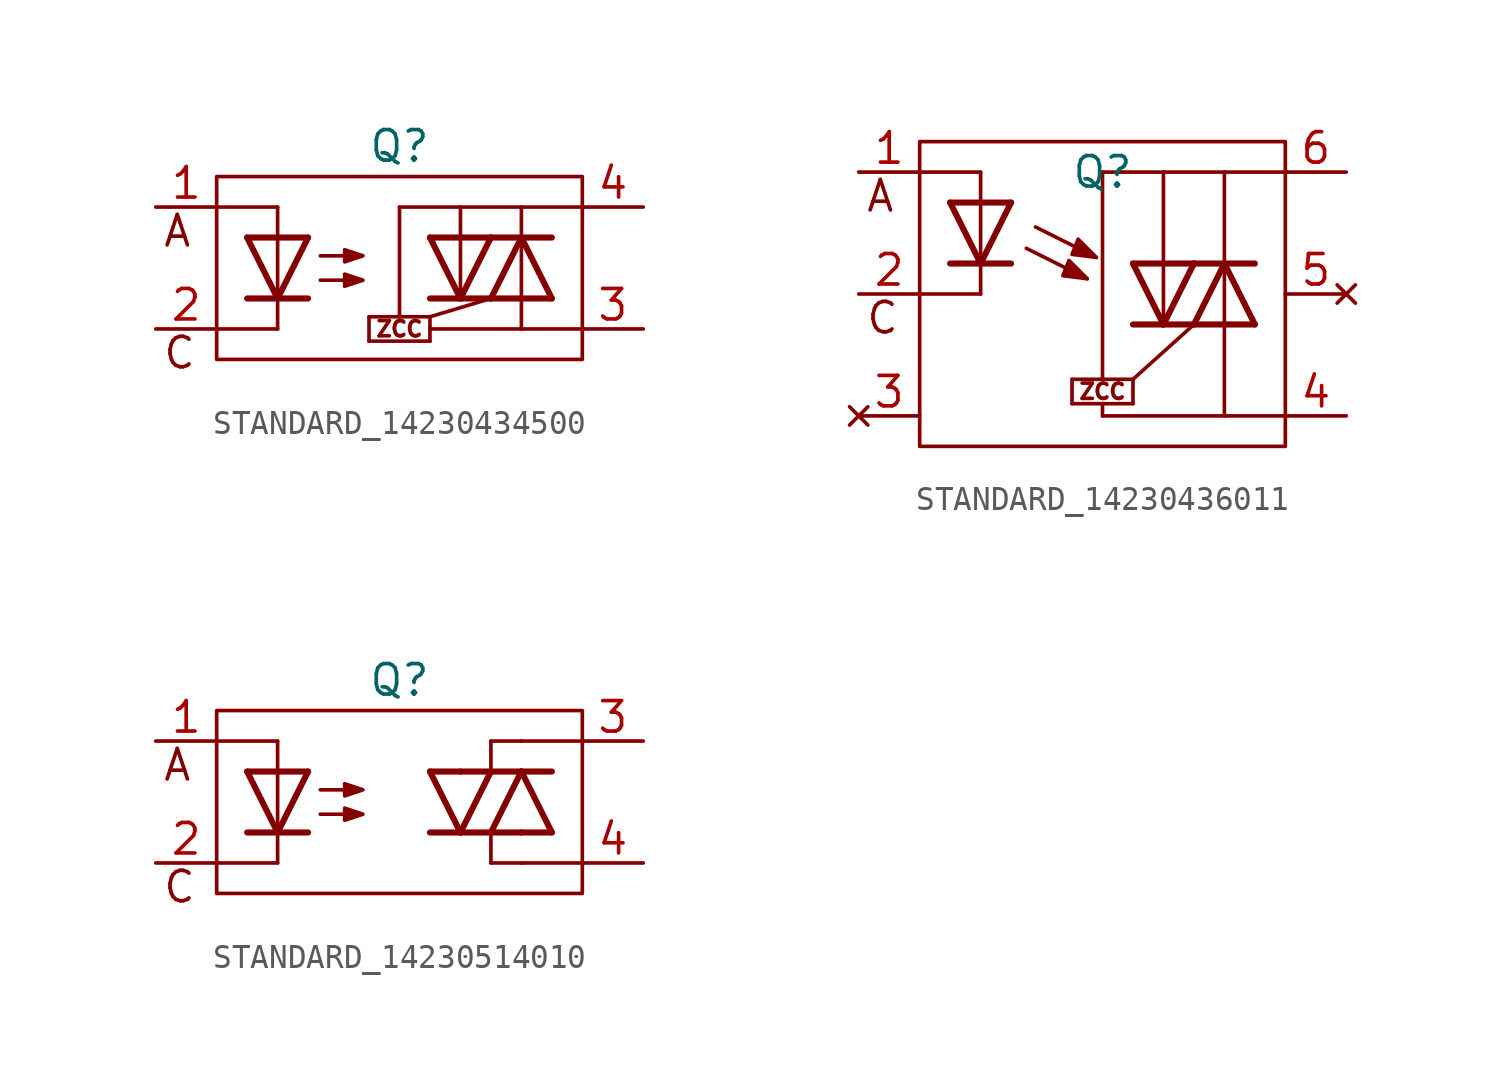
<source format=kicad_sym>
(kicad_symbol_lib
  (version 20220914)
  (generator kicad_symbol_editor)
  (symbol "STANDARD_14230434500"
    (pin_names hide)
    (property "Reference" "Q"
      (at 0 5.08 0)
      (effects (font (size 1.27 1.27))))
    (symbol "STANDARD_14230434500_0_0"
      (polyline (pts (xy -5.08 -2.54) (xy -7.62 -2.54)) (stroke (width 0.152) (type default)) (fill (type none)))
      (polyline (pts (xy -5.08 -1.27) (xy -6.35 -1.27)) (stroke (width 0.254) (type default)) (fill (type none)))
      (polyline (pts (xy -5.08 -1.27) (xy -6.35 1.27)) (stroke (width 0.254) (type default)) (fill (type none)))
      (polyline (pts (xy -5.08 -1.27) (xy -5.08 -2.54)) (stroke (width 0.152) (type default)) (fill (type none)))
      (polyline (pts (xy -5.08 1.27) (xy -6.35 1.27)) (stroke (width 0.254) (type default)) (fill (type none)))
      (polyline (pts (xy -5.08 1.27) (xy -5.08 -1.27)) (stroke (width 0.152) (type default)) (fill (type none)))
      (polyline (pts (xy -5.08 1.27) (xy -5.08 2.54)) (stroke (width 0.152) (type default)) (fill (type none)))
      (polyline (pts (xy -3.81 -1.27) (xy -5.08 -1.27)) (stroke (width 0.254) (type default)) (fill (type none)))
      (polyline (pts (xy -3.81 1.27) (xy -5.08 -1.27)) (stroke (width 0.254) (type default)) (fill (type none)))
      (polyline (pts (xy -3.81 1.27) (xy -5.08 1.27)) (stroke (width 0.254) (type default)) (fill (type none)))
      (polyline (pts (xy -3.302 -0.508) (xy -2.032 -0.508)) (stroke (width 0.152) (type default)) (fill (type none)))
      (polyline (pts (xy -3.302 0.508) (xy -2.032 0.508)) (stroke (width 0.152) (type default)) (fill (type none)))
      (polyline (pts (xy -1.27 -3.048) (xy -1.27 -2.032)) (stroke (width 0.152) (type default)) (fill (type none)))
      (polyline (pts (xy -1.27 -2.032) (xy 0 -2.032)) (stroke (width 0.152) (type default)) (fill (type none)))
      (polyline (pts (xy 0 -2.032) (xy 1.27 -2.032)) (stroke (width 0.152) (type default)) (fill (type none)))
      (polyline (pts (xy 0 2.54) (xy 0 -2.032)) (stroke (width 0.152) (type default)) (fill (type none)))
      (polyline (pts (xy 1.27 -3.048) (xy -1.27 -3.048)) (stroke (width 0.152) (type default)) (fill (type none)))
      (polyline (pts (xy 1.27 -2.54) (xy 1.27 -3.048)) (stroke (width 0.152) (type default)) (fill (type none)))
      (polyline (pts (xy 1.27 -2.54) (xy 5.08 -2.54)) (stroke (width 0.152) (type default)) (fill (type none)))
      (polyline (pts (xy 1.27 -2.032) (xy 1.27 -2.54)) (stroke (width 0.152) (type default)) (fill (type none)))
      (polyline (pts (xy 2.54 -1.27) (xy 1.27 -1.27)) (stroke (width 0.254) (type default)) (fill (type none)))
      (polyline (pts (xy 2.54 -1.27) (xy 1.27 1.27)) (stroke (width 0.254) (type default)) (fill (type none)))
      (polyline (pts (xy 2.54 1.27) (xy 1.27 1.27)) (stroke (width 0.254) (type default)) (fill (type none)))
      (polyline (pts (xy 2.54 1.27) (xy 2.54 -1.27)) (stroke (width 0.152) (type default)) (fill (type none)))
      (polyline (pts (xy 2.54 1.27) (xy 2.54 2.54)) (stroke (width 0.152) (type default)) (fill (type none)))
      (polyline (pts (xy 2.54 2.54) (xy 0 2.54)) (stroke (width 0.152) (type default)) (fill (type none)))
      (polyline (pts (xy 3.81 -1.27) (xy 1.27 -2.032)) (stroke (width 0.152) (type default)) (fill (type none)))
      (polyline (pts (xy 3.81 -1.27) (xy 2.54 -1.27)) (stroke (width 0.254) (type default)) (fill (type none)))
      (polyline (pts (xy 3.81 -1.27) (xy 5.08 -1.27)) (stroke (width 0.254) (type default)) (fill (type none)))
      (polyline (pts (xy 3.81 -1.27) (xy 5.08 1.27)) (stroke (width 0.254) (type default)) (fill (type none)))
      (polyline (pts (xy 3.81 1.27) (xy 2.54 -1.27)) (stroke (width 0.254) (type default)) (fill (type none)))
      (polyline (pts (xy 3.81 1.27) (xy 2.54 1.27)) (stroke (width 0.254) (type default)) (fill (type none)))
      (polyline (pts (xy 3.81 1.27) (xy 5.08 1.27)) (stroke (width 0.254) (type default)) (fill (type none)))
      (polyline (pts (xy 5.08 -1.27) (xy 5.08 -2.54)) (stroke (width 0.152) (type default)) (fill (type none)))
      (polyline (pts (xy 5.08 -1.27) (xy 5.08 1.27)) (stroke (width 0.152) (type default)) (fill (type none)))
      (polyline (pts (xy 5.08 -1.27) (xy 6.35 -1.27)) (stroke (width 0.254) (type default)) (fill (type none)))
      (polyline (pts (xy 5.08 1.27) (xy 5.08 2.54)) (stroke (width 0.152) (type default)) (fill (type none)))
      (polyline (pts (xy 5.08 1.27) (xy 6.35 -1.27)) (stroke (width 0.254) (type default)) (fill (type none)))
      (polyline (pts (xy 5.08 1.27) (xy 6.35 1.27)) (stroke (width 0.254) (type default)) (fill (type none)))
      (polyline (pts (xy 5.08 2.54) (xy 2.54 2.54)) (stroke (width 0.152) (type default)) (fill (type none)))
      (polyline (pts (xy 7.62 -2.54) (xy 5.08 -2.54)) (stroke (width 0.152) (type default)) (fill (type none)))
      (polyline (pts (xy 7.62 2.54) (xy 5.08 2.54)) (stroke (width 0.152) (type default)) (fill (type none)))
      (polyline (pts (xy -2.286 -0.254) (xy -1.524 -0.508) (xy -2.286 -0.762) (xy -2.286 -0.254)) (stroke (width 0.152) (type default)) (fill (type outline)))
      (polyline (pts (xy -2.286 0.762) (xy -1.524 0.508) (xy -2.286 0.254) (xy -2.286 0.762)) (stroke (width 0.152) (type default)) (fill (type outline)))
      (text "A" (at -9.906 2.286 0) (effects (font (size 1.27 1.27)) (justify left top)))
      (text "C" (at -9.906 -2.794 0) (effects (font (size 1.27 1.27)) (justify left top))))
    (symbol "STANDARD_14230434500_0_1"
      (rectangle (start -7.62 3.81) (end 7.62 -3.81) (stroke (width 0) (type default)) (fill (type none))))
    (symbol "STANDARD_14230434500_1_0"
      (polyline (pts (xy -5.08 2.54) (xy -7.62 2.54)) (stroke (width 0.152) (type default)) (fill (type none)))
      (text "ZCC" (at 0 -2.54 0) (effects (font (size 0.635 0.635))))
      (pin passive line (at -10.16 2.54 0) (length 2.54) (name "Anode" (effects (font (size 1.27 1.27)))) (number "1" (effects (font (size 1.27 1.27)))))
      (pin passive line (at -10.16 -2.54 0) (length 2.54) (name "Cathode" (effects (font (size 1.27 1.27)))) (number "2" (effects (font (size 1.27 1.27)))))
      (pin passive line (at 10.16 -2.54 180) (length 2.54) (name "Teminal" (effects (font (size 1.27 1.27)))) (number "3" (effects (font (size 1.27 1.27)))))
      (pin passive line (at 10.16 2.54 180) (length 2.54) (name "Teminal" (effects (font (size 1.27 1.27)))) (number "4" (effects (font (size 1.27 1.27)))))))
  (symbol "STANDARD_14230436011"
    (pin_names hide)
    (property "Reference" "Q"
      (at 0 5.08 0)
      (effects (font (size 1.27 1.27))))
    (symbol "STANDARD_14230436011_0_0"
      (rectangle (start -7.62 6.35) (end 7.62 -6.35) (stroke (width 0) (type default)) (fill (type none)))
      (polyline (pts (xy -5.08 0) (xy -7.62 0)) (stroke (width 0.152) (type default)) (fill (type none)))
      (polyline (pts (xy -5.08 1.27) (xy -6.35 1.27)) (stroke (width 0.254) (type default)) (fill (type none)))
      (polyline (pts (xy -5.08 1.27) (xy -6.35 3.81)) (stroke (width 0.254) (type default)) (fill (type none)))
      (polyline (pts (xy -5.08 1.27) (xy -5.08 0)) (stroke (width 0.152) (type default)) (fill (type none)))
      (polyline (pts (xy -5.08 3.81) (xy -6.35 3.81)) (stroke (width 0.254) (type default)) (fill (type none)))
      (polyline (pts (xy -5.08 3.81) (xy -5.08 1.27)) (stroke (width 0.152) (type default)) (fill (type none)))
      (polyline (pts (xy -5.08 3.81) (xy -5.08 5.08)) (stroke (width 0.152) (type default)) (fill (type none)))
      (polyline (pts (xy -5.08 5.08) (xy -7.62 5.08)) (stroke (width 0.152) (type default)) (fill (type none)))
      (polyline (pts (xy -3.81 1.27) (xy -5.08 1.27)) (stroke (width 0.254) (type default)) (fill (type none)))
      (polyline (pts (xy -3.81 3.81) (xy -5.08 1.27)) (stroke (width 0.254) (type default)) (fill (type none)))
      (polyline (pts (xy -3.81 3.81) (xy -5.08 3.81)) (stroke (width 0.254) (type default)) (fill (type none)))
      (polyline (pts (xy -3.175 1.905) (xy -0.635 0.635)) (stroke (width 0.152) (type default)) (fill (type none)))
      (polyline (pts (xy -2.794 2.794) (xy -0.254 1.524)) (stroke (width 0.152) (type default)) (fill (type none)))
      (polyline (pts (xy -1.27 -4.572) (xy -1.27 -3.556)) (stroke (width 0.152) (type default)) (fill (type none)))
      (polyline (pts (xy -1.27 -3.556) (xy 0 -3.556)) (stroke (width 0.152) (type default)) (fill (type none)))
      (polyline (pts (xy 0 -5.08) (xy 5.08 -5.08)) (stroke (width 0.152) (type default)) (fill (type none)))
      (polyline (pts (xy 0 -4.572) (xy -1.27 -4.572)) (stroke (width 0.152) (type default)) (fill (type none)))
      (polyline (pts (xy 0 -4.572) (xy 0 -5.08)) (stroke (width 0.152) (type default)) (fill (type none)))
      (polyline (pts (xy 0 -3.556) (xy 1.27 -3.556)) (stroke (width 0.152) (type default)) (fill (type none)))
      (polyline (pts (xy 0 5.08) (xy 0 -3.556)) (stroke (width 0.152) (type default)) (fill (type none)))
      (polyline (pts (xy 1.27 -4.572) (xy 0 -4.572)) (stroke (width 0.152) (type default)) (fill (type none)))
      (polyline (pts (xy 1.27 -3.556) (xy 1.27 -4.572)) (stroke (width 0.152) (type default)) (fill (type none)))
      (polyline (pts (xy 1.27 -3.556) (xy 3.81 -1.27)) (stroke (width 0.152) (type default)) (fill (type none)))
      (polyline (pts (xy 2.54 -1.27) (xy 1.27 -1.27)) (stroke (width 0.254) (type default)) (fill (type none)))
      (polyline (pts (xy 2.54 -1.27) (xy 1.27 1.27)) (stroke (width 0.254) (type default)) (fill (type none)))
      (polyline (pts (xy 2.54 1.27) (xy 1.27 1.27)) (stroke (width 0.254) (type default)) (fill (type none)))
      (polyline (pts (xy 2.54 1.27) (xy 2.54 -1.27)) (stroke (width 0.152) (type default)) (fill (type none)))
      (polyline (pts (xy 2.54 1.27) (xy 2.54 5.08)) (stroke (width 0.152) (type default)) (fill (type none)))
      (polyline (pts (xy 2.54 5.08) (xy 0 5.08)) (stroke (width 0.152) (type default)) (fill (type none)))
      (polyline (pts (xy 3.81 -1.27) (xy 2.54 -1.27)) (stroke (width 0.254) (type default)) (fill (type none)))
      (polyline (pts (xy 3.81 -1.27) (xy 5.08 -1.27)) (stroke (width 0.254) (type default)) (fill (type none)))
      (polyline (pts (xy 3.81 -1.27) (xy 5.08 1.27)) (stroke (width 0.254) (type default)) (fill (type none)))
      (polyline (pts (xy 3.81 1.27) (xy 2.54 -1.27)) (stroke (width 0.254) (type default)) (fill (type none)))
      (polyline (pts (xy 3.81 1.27) (xy 2.54 1.27)) (stroke (width 0.254) (type default)) (fill (type none)))
      (polyline (pts (xy 3.81 1.27) (xy 5.08 1.27)) (stroke (width 0.254) (type default)) (fill (type none)))
      (polyline (pts (xy 5.08 -1.27) (xy 5.08 -5.08)) (stroke (width 0.152) (type default)) (fill (type none)))
      (polyline (pts (xy 5.08 -1.27) (xy 5.08 1.27)) (stroke (width 0.152) (type default)) (fill (type none)))
      (polyline (pts (xy 5.08 -1.27) (xy 6.35 -1.27)) (stroke (width 0.254) (type default)) (fill (type none)))
      (polyline (pts (xy 5.08 1.27) (xy 5.08 5.08)) (stroke (width 0.152) (type default)) (fill (type none)))
      (polyline (pts (xy 5.08 1.27) (xy 6.35 -1.27)) (stroke (width 0.254) (type default)) (fill (type none)))
      (polyline (pts (xy 5.08 1.27) (xy 6.35 1.27)) (stroke (width 0.254) (type default)) (fill (type none)))
      (polyline (pts (xy 5.08 5.08) (xy 2.54 5.08)) (stroke (width 0.152) (type default)) (fill (type none)))
      (polyline (pts (xy 7.62 -5.08) (xy 5.08 -5.08)) (stroke (width 0.152) (type default)) (fill (type none)))
      (polyline (pts (xy 7.62 5.08) (xy 5.08 5.08)) (stroke (width 0.152) (type default)) (fill (type none)))
      (polyline (pts (xy -1.397 1.397) (xy -0.635 0.635) (xy -1.651 0.762) (xy -1.397 1.397)) (stroke (width 0.152) (type default)) (fill (type outline)))
      (polyline (pts (xy -1.016 2.286) (xy -0.254 1.524) (xy -1.27 1.651) (xy -1.016 2.286)) (stroke (width 0.152) (type default)) (fill (type outline)))
      (text "A" (at -9.906 4.826 0) (effects (font (size 1.27 1.27)) (justify left top)))
      (text "C" (at -9.906 -0.254 0) (effects (font (size 1.27 1.27)) (justify left top))))
    (symbol "STANDARD_14230436011_1_0"
      (text "ZCC" (at 0 -4.064 0) (effects (font (size 0.635 0.635))))
      (pin passive line (at -10.16 5.08 0) (length 2.54) (name "Anode" (effects (font (size 1.27 1.27)))) (number "1" (effects (font (size 1.27 1.27)))))
      (pin passive line (at -10.16 0 0) (length 2.54) (name "Cathode" (effects (font (size 1.27 1.27)))) (number "2" (effects (font (size 1.27 1.27)))))
      (pin no_connect line (at -10.16 -5.08 0) (length 2.54) (name "NC" (effects (font (size 1.27 1.27)))) (number "3" (effects (font (size 1.27 1.27)))))
      (pin passive line (at 10.16 -5.08 180) (length 2.54) (name "Teminal" (effects (font (size 1.27 1.27)))) (number "4" (effects (font (size 1.27 1.27)))))
      (pin no_connect line (at 10.16 0 180) (length 2.54) (name "NC" (effects (font (size 1.27 1.27)))) (number "5" (effects (font (size 1.27 1.27)))))
      (pin passive line (at 10.16 5.08 180) (length 2.54) (name "Teminal" (effects (font (size 1.27 1.27)))) (number "6" (effects (font (size 1.27 1.27)))))))
  (symbol "STANDARD_14230514010"
    (pin_names hide)
    (property "Reference" "Q"
      (at 0 5.08 0)
      (effects (font (size 1.27 1.27))))
    (symbol "STANDARD_14230514010_0_0"
      (rectangle (start -7.62 3.81) (end 7.62 -3.81) (stroke (width 0) (type default)) (fill (type none)))
      (polyline (pts (xy -5.08 -2.54) (xy -7.62 -2.54)) (stroke (width 0.152) (type default)) (fill (type none)))
      (polyline (pts (xy -5.08 -1.27) (xy -6.35 -1.27)) (stroke (width 0.254) (type default)) (fill (type none)))
      (polyline (pts (xy -5.08 -1.27) (xy -6.35 1.27)) (stroke (width 0.254) (type default)) (fill (type none)))
      (polyline (pts (xy -5.08 -1.27) (xy -5.08 -2.54)) (stroke (width 0.152) (type default)) (fill (type none)))
      (polyline (pts (xy -5.08 1.27) (xy -6.35 1.27)) (stroke (width 0.254) (type default)) (fill (type none)))
      (polyline (pts (xy -5.08 1.27) (xy -5.08 -1.27)) (stroke (width 0.152) (type default)) (fill (type none)))
      (polyline (pts (xy -5.08 1.27) (xy -5.08 2.54)) (stroke (width 0.152) (type default)) (fill (type none)))
      (polyline (pts (xy -5.08 2.54) (xy -7.62 2.54)) (stroke (width 0.152) (type default)) (fill (type none)))
      (polyline (pts (xy -3.81 -1.27) (xy -5.08 -1.27)) (stroke (width 0.254) (type default)) (fill (type none)))
      (polyline (pts (xy -3.81 1.27) (xy -5.08 -1.27)) (stroke (width 0.254) (type default)) (fill (type none)))
      (polyline (pts (xy -3.81 1.27) (xy -5.08 1.27)) (stroke (width 0.254) (type default)) (fill (type none)))
      (polyline (pts (xy -3.302 -0.508) (xy -2.032 -0.508)) (stroke (width 0.152) (type default)) (fill (type none)))
      (polyline (pts (xy -3.302 0.508) (xy -2.032 0.508)) (stroke (width 0.152) (type default)) (fill (type none)))
      (polyline (pts (xy 2.54 -1.27) (xy 1.27 -1.27)) (stroke (width 0.254) (type default)) (fill (type none)))
      (polyline (pts (xy 2.54 -1.27) (xy 1.27 1.27)) (stroke (width 0.254) (type default)) (fill (type none)))
      (polyline (pts (xy 2.54 1.27) (xy 1.27 1.27)) (stroke (width 0.254) (type default)) (fill (type none)))
      (polyline (pts (xy 3.81 -2.54) (xy 5.08 -2.54)) (stroke (width 0.152) (type default)) (fill (type none)))
      (polyline (pts (xy 3.81 -1.27) (xy 2.54 -1.27)) (stroke (width 0.254) (type default)) (fill (type none)))
      (polyline (pts (xy 3.81 -1.27) (xy 3.81 -2.54)) (stroke (width 0.152) (type default)) (fill (type none)))
      (polyline (pts (xy 3.81 -1.27) (xy 5.08 -1.27)) (stroke (width 0.254) (type default)) (fill (type none)))
      (polyline (pts (xy 3.81 -1.27) (xy 5.08 1.27)) (stroke (width 0.254) (type default)) (fill (type none)))
      (polyline (pts (xy 3.81 1.27) (xy 2.54 -1.27)) (stroke (width 0.254) (type default)) (fill (type none)))
      (polyline (pts (xy 3.81 1.27) (xy 2.54 1.27)) (stroke (width 0.254) (type default)) (fill (type none)))
      (polyline (pts (xy 3.81 1.27) (xy 3.81 2.54)) (stroke (width 0.152) (type default)) (fill (type none)))
      (polyline (pts (xy 3.81 1.27) (xy 5.08 1.27)) (stroke (width 0.254) (type default)) (fill (type none)))
      (polyline (pts (xy 5.08 -1.27) (xy 6.35 -1.27)) (stroke (width 0.254) (type default)) (fill (type none)))
      (polyline (pts (xy 5.08 1.27) (xy 6.35 -1.27)) (stroke (width 0.254) (type default)) (fill (type none)))
      (polyline (pts (xy 5.08 1.27) (xy 6.35 1.27)) (stroke (width 0.254) (type default)) (fill (type none)))
      (polyline (pts (xy 5.08 2.54) (xy 3.81 2.54)) (stroke (width 0.152) (type default)) (fill (type none)))
      (polyline (pts (xy 7.62 -2.54) (xy 5.08 -2.54)) (stroke (width 0.152) (type default)) (fill (type none)))
      (polyline (pts (xy 7.62 2.54) (xy 5.08 2.54)) (stroke (width 0.152) (type default)) (fill (type none)))
      (polyline (pts (xy -2.286 -0.254) (xy -1.524 -0.508) (xy -2.286 -0.762) (xy -2.286 -0.254)) (stroke (width 0.152) (type default)) (fill (type outline)))
      (polyline (pts (xy -2.286 0.762) (xy -1.524 0.508) (xy -2.286 0.254) (xy -2.286 0.762)) (stroke (width 0.152) (type default)) (fill (type outline)))
      (text "A" (at -9.906 2.286 0) (effects (font (size 1.27 1.27)) (justify left top)))
      (text "C" (at -9.906 -2.794 0) (effects (font (size 1.27 1.27)) (justify left top))))
    (symbol "STANDARD_14230514010_1_0"
      (pin passive line (at -10.16 2.54 0) (length 2.54) (name "Anode" (effects (font (size 1.27 1.27)))) (number "1" (effects (font (size 1.27 1.27)))))
      (pin passive line (at -10.16 -2.54 0) (length 2.54) (name "Cathode" (effects (font (size 1.27 1.27)))) (number "2" (effects (font (size 1.27 1.27)))))
      (pin passive line (at 10.16 2.54 180) (length 2.54) (name "Teminal" (effects (font (size 1.27 1.27)))) (number "3" (effects (font (size 1.27 1.27)))))
      (pin passive line (at 10.16 -2.54 180) (length 2.54) (name "Teminal" (effects (font (size 1.27 1.27)))) (number "4" (effects (font (size 1.27 1.27))))))))
</source>
